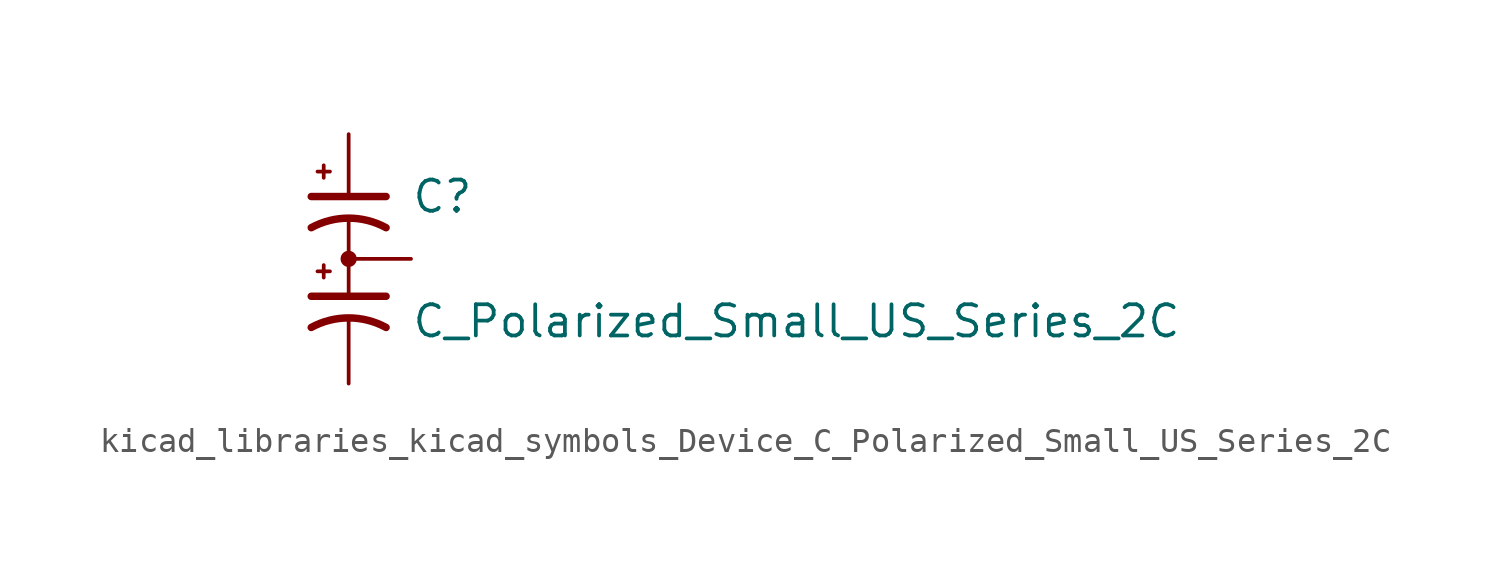
<source format=kicad_sym>
(kicad_symbol_lib
  (version 20220914)
  (generator kicad_symbol_editor)
  (symbol "kicad_libraries_kicad_symbols_Device_C_Polarized_Small_US_Series_2C"
    (pin_numbers hide)
    (pin_names hide)
    (property "Reference" "C"
      (at 2.54 2.54 0)
      (effects (font (size 1.27 1.27)) (justify left)))
    (property "Value" "C_Polarized_Small_US_Series_2C"
      (at 2.54 -2.54 0)
      (effects (font (size 1.27 1.27)) (justify left)))
    (symbol "kicad_libraries_kicad_symbols_Device_C_Polarized_Small_US_Series_2C_0_1"
      (polyline (pts (xy -1.524 -1.524) (xy 1.524 -1.524)) (stroke (width 0.305) (type default)) (fill (type none)))
      (polyline (pts (xy -1.524 2.54) (xy 1.524 2.54)) (stroke (width 0.305) (type default)) (fill (type none)))
      (polyline (pts (xy -1.27 -0.508) (xy -0.762 -0.508)) (stroke (width 0) (type default)) (fill (type none)))
      (polyline (pts (xy -1.27 3.556) (xy -0.762 3.556)) (stroke (width 0) (type default)) (fill (type none)))
      (polyline (pts (xy -1.016 -0.762) (xy -1.016 -0.254)) (stroke (width 0) (type default)) (fill (type none)))
      (polyline (pts (xy -1.016 3.302) (xy -1.016 3.81)) (stroke (width 0) (type default)) (fill (type none)))
      (polyline (pts (xy 0 1.524) (xy 0 -1.524)) (stroke (width 0.152) (type default)) (fill (type none)))
      (circle (center 0 0) (radius 0.254) (stroke (width 0) (type default)) (fill (type outline)))
      (arc (start 1.524 -2.794) (mid 0 -2.4054) (end -1.524 -2.794) (stroke (width 0.3048) (type default)) (fill (type none)))
      (arc (start 1.524 1.27) (mid 0 1.6586) (end -1.524 1.27) (stroke (width 0.3048) (type default)) (fill (type none))))
    (symbol "kicad_libraries_kicad_symbols_Device_C_Polarized_Small_US_Series_2C_1_1"
      (pin passive line (at 0 5.08 270) (length 2.54) (name "~" (effects (font (size 1.27 1.27)))) (number "1" (effects (font (size 1.27 1.27)))))
      (pin passive line (at 2.54 0 180) (length 2.54) (name "~" (effects (font (size 1.27 1.27)))) (number "2" (effects (font (size 1.27 1.27)))))
      (pin passive line (at 0 -5.08 90) (length 2.54) (name "~" (effects (font (size 1.27 1.27)))) (number "3" (effects (font (size 1.27 1.27))))))))
</source>
